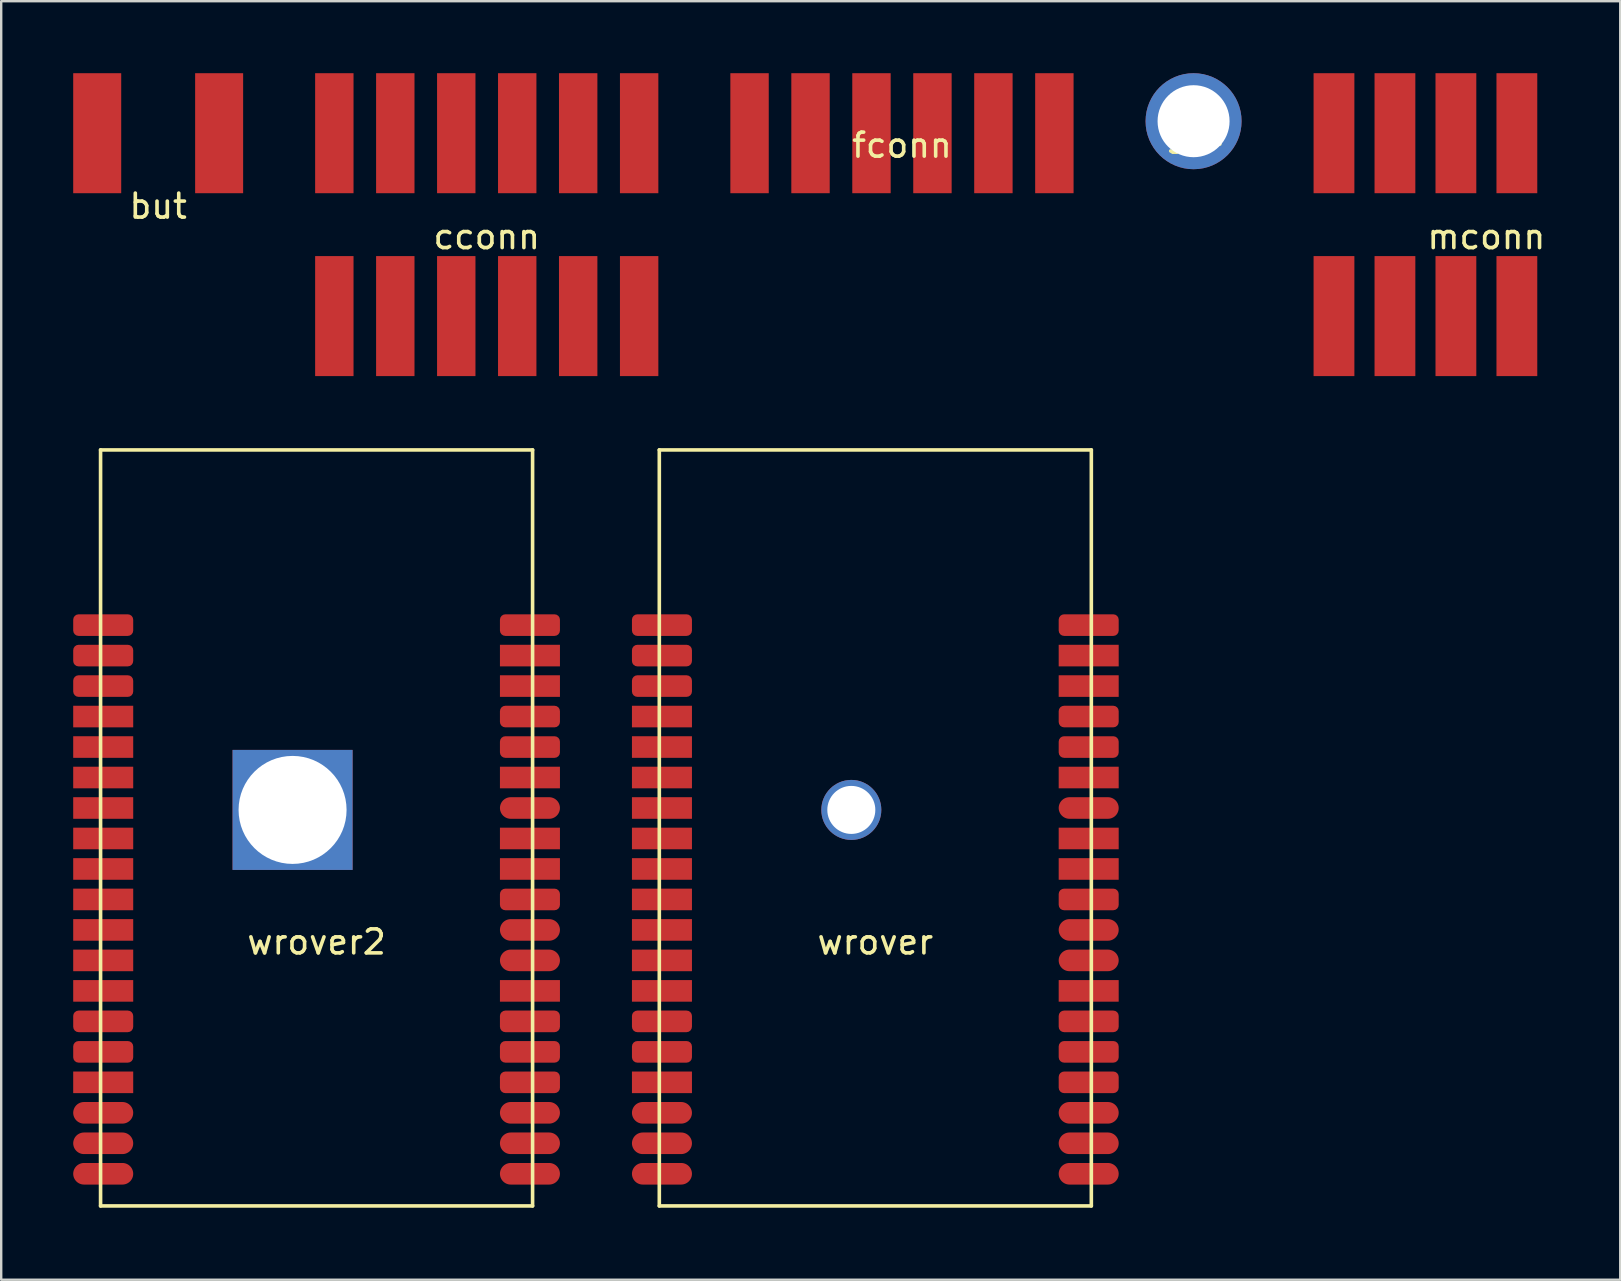
<source format=kicad_pcb>
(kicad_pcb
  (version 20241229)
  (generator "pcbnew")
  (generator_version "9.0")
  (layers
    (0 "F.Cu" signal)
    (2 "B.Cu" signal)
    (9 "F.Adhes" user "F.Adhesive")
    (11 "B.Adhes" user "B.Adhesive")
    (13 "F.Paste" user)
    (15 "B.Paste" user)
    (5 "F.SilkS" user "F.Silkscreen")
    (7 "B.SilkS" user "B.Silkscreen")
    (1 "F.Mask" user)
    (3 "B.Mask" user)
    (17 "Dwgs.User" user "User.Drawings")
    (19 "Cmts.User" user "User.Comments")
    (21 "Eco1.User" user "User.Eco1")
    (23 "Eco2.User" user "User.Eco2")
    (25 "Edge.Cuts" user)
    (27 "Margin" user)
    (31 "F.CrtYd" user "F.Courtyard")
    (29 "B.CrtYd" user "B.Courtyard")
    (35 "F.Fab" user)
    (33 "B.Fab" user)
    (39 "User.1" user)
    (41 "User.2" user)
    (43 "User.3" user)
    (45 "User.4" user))
  (footprint "cconn"
    (layer "F.Cu")
    (at 17.23 6.31)
    (property "Reference" "cconn" (at 0 0.5 0) (layer "F.SilkS") (effects (font (size 1 1) (thickness 0.15))))
    (attr through_hole)
    (pad "1" smd rect (at -6.35 -3.81) (size 1.6 5) (layers "F.Cu" "F.Mask" "F.Paste"))
    (pad "2" smd rect (at -6.35 3.81) (size 1.6 5) (layers "F.Cu" "F.Mask" "F.Paste"))
    (pad "3" smd rect (at -3.81 -3.81) (size 1.6 5) (layers "F.Cu" "F.Mask" "F.Paste"))
    (pad "4" smd rect (at -3.81 3.81) (size 1.6 5) (layers "F.Cu" "F.Mask" "F.Paste"))
    (pad "5" smd rect (at -1.27 -3.81) (size 1.6 5) (layers "F.Cu" "F.Mask" "F.Paste"))
    (pad "6" smd rect (at -1.27 3.81) (size 1.6 5) (layers "F.Cu" "F.Mask" "F.Paste"))
    (pad "7" smd rect (at 1.27 -3.81) (size 1.6 5) (layers "F.Cu" "F.Mask" "F.Paste"))
    (pad "8" smd rect (at 1.27 3.81) (size 1.6 5) (layers "F.Cu" "F.Mask" "F.Paste"))
    (pad "9" smd rect (at 3.81 -3.81) (size 1.6 5) (layers "F.Cu" "F.Mask" "F.Paste"))
    (pad "10" smd rect (at 3.81 3.81) (size 1.6 5) (layers "F.Cu" "F.Mask" "F.Paste"))
    (pad "11" smd rect (at 6.35 -3.81) (size 1.6 5) (layers "F.Cu" "F.Mask" "F.Paste"))
    (pad "12" smd rect (at 6.35 3.81) (size 1.6 5) (layers "F.Cu" "F.Mask" "F.Paste")))
  (footprint "but"
    (layer "F.Cu")
    (at 3.54 5.04)
    (property "Reference" "but" (at 0 0.5 0) (layer "F.SilkS") (effects (font (size 1 1) (thickness 0.15))))
    (attr through_hole)
    (pad "1" smd rect (at -2.54 -2.54) (size 2 5) (layers "F.Cu" "F.Mask" "F.Paste"))
    (pad "2" smd rect (at 2.54 -2.54) (size 2 5) (layers "F.Cu" "F.Mask" "F.Paste")))
  (footprint "wrover"
    (layer "F.Cu")
    (at 33.42 35.695)
    (property "Reference" "wrover" (at 0 0.5 0) (layer "F.SilkS") (effects (font (size 1 1) (thickness 0.15))))
    (attr through_hole)
    (fp_line (start -9 -20) (end 9 -20) (stroke (width 0.15) (type solid)) (layer "F.SilkS"))
    (fp_line (start -9 11.5) (end -9 -20) (stroke (width 0.15) (type solid)) (layer "F.SilkS"))
    (fp_line (start 9 -20) (end 9 11.5) (stroke (width 0.15) (type solid)) (layer "F.SilkS"))
    (fp_line (start 9 11.5) (end -9 11.5) (stroke (width 0.15) (type solid)) (layer "F.SilkS"))
    (pad "1" smd roundrect (at -8.89 -12.7) (size 2.5 0.9) (layers "F.Cu" "F.Mask" "F.Paste") (roundrect_rratio 0.25))
    (pad "2" smd roundrect (at -8.89 -11.43) (size 2.5 0.9) (layers "F.Cu" "F.Mask" "F.Paste") (roundrect_rratio 0.25))
    (pad "3" smd roundrect (at -8.89 -10.16) (size 2.5 0.9) (layers "F.Cu" "F.Mask" "F.Paste") (roundrect_rratio 0.25))
    (pad "4" smd rect (at -8.89 -8.89) (size 2.5 0.9) (layers "F.Cu" "F.Mask" "F.Paste"))
    (pad "5" smd rect (at -8.89 -7.62) (size 2.5 0.9) (layers "F.Cu" "F.Mask" "F.Paste"))
    (pad "6" smd rect (at -8.89 -6.35) (size 2.5 0.9) (layers "F.Cu" "F.Mask" "F.Paste"))
    (pad "7" smd rect (at -8.89 -5.08) (size 2.5 0.9) (layers "F.Cu" "F.Mask" "F.Paste"))
    (pad "8" smd rect (at -8.89 -3.81) (size 2.5 0.9) (layers "F.Cu" "F.Mask" "F.Paste"))
    (pad "9" smd rect (at -8.89 -2.54) (size 2.5 0.9) (layers "F.Cu" "F.Mask" "F.Paste"))
    (pad "10" smd rect (at -8.89 -1.27) (size 2.5 0.9) (layers "F.Cu" "F.Mask" "F.Paste"))
    (pad "11" smd rect (at -8.89 0) (size 2.5 0.9) (layers "F.Cu" "F.Mask" "F.Paste"))
    (pad "12" smd rect (at -8.89 1.27) (size 2.5 0.9) (layers "F.Cu" "F.Mask" "F.Paste"))
    (pad "13" smd rect (at -8.89 2.54) (size 2.5 0.9) (layers "F.Cu" "F.Mask" "F.Paste"))
    (pad "14" smd roundrect (at -8.89 3.81) (size 2.5 0.9) (layers "F.Cu" "F.Mask" "F.Paste") (roundrect_rratio 0.25))
    (pad "15" smd roundrect (at -8.89 5.08) (size 2.5 0.9) (layers "F.Cu" "F.Mask" "F.Paste") (roundrect_rratio 0.25))
    (pad "16" smd rect (at -8.89 6.35) (size 2.5 0.9) (layers "F.Cu" "F.Mask" "F.Paste"))
    (pad "17" smd oval (at -8.89 7.62) (size 2.5 0.9) (layers "F.Cu" "F.Mask" "F.Paste"))
    (pad "18" smd oval (at -8.89 8.89) (size 2.5 0.9) (layers "F.Cu" "F.Mask" "F.Paste"))
    (pad "19" smd oval (at -8.89 10.16) (size 2.5 0.9) (layers "F.Cu" "F.Mask" "F.Paste"))
    (pad "20" smd oval (at 8.89 10.16) (size 2.5 0.9) (layers "F.Cu" "F.Mask" "F.Paste"))
    (pad "21" smd oval (at 8.89 8.89) (size 2.5 0.9) (layers "F.Cu" "F.Mask" "F.Paste"))
    (pad "22" smd oval (at 8.89 7.62) (size 2.5 0.9) (layers "F.Cu" "F.Mask" "F.Paste"))
    (pad "23" smd roundrect (at 8.89 6.35) (size 2.5 0.9) (layers "F.Cu" "F.Mask" "F.Paste") (roundrect_rratio 0.25))
    (pad "24" smd roundrect (at 8.89 5.08) (size 2.5 0.9) (layers "F.Cu" "F.Mask" "F.Paste") (roundrect_rratio 0.25))
    (pad "25" smd roundrect (at 8.89 3.81) (size 2.5 0.9) (layers "F.Cu" "F.Mask" "F.Paste") (roundrect_rratio 0.25))
    (pad "26" smd rect (at 8.89 2.54) (size 2.5 0.9) (layers "F.Cu" "F.Mask" "F.Paste"))
    (pad "27" smd oval (at 8.89 1.27) (size 2.5 0.9) (layers "F.Cu" "F.Mask" "F.Paste"))
    (pad "28" smd oval (at 8.89 0) (size 2.5 0.9) (layers "F.Cu" "F.Mask" "F.Paste"))
    (pad "29" smd roundrect (at 8.89 -1.27) (size 2.5 0.9) (layers "F.Cu" "F.Mask" "F.Paste") (roundrect_rratio 0.25))
    (pad "30" smd rect (at 8.89 -2.54) (size 2.5 0.9) (layers "F.Cu" "F.Mask" "F.Paste"))
    (pad "31" smd rect (at 8.89 -3.81) (size 2.5 0.9) (layers "F.Cu" "F.Mask" "F.Paste"))
    (pad "32" smd oval (at 8.89 -5.08) (size 2.5 0.9) (layers "F.Cu" "F.Mask" "F.Paste"))
    (pad "33" smd rect (at 8.89 -6.35) (size 2.5 0.9) (layers "F.Cu" "F.Mask" "F.Paste"))
    (pad "34" smd roundrect (at 8.89 -7.62) (size 2.5 0.9) (layers "F.Cu" "F.Mask" "F.Paste") (roundrect_rratio 0.25))
    (pad "35" smd roundrect (at 8.89 -8.89) (size 2.5 0.9) (layers "F.Cu" "F.Mask" "F.Paste") (roundrect_rratio 0.25))
    (pad "36" smd rect (at 8.89 -10.16) (size 2.5 0.9) (layers "F.Cu" "F.Mask" "F.Paste"))
    (pad "37" smd rect (at 8.89 -11.43) (size 2.5 0.9) (layers "F.Cu" "F.Mask" "F.Paste"))
    (pad "38" smd roundrect (at 8.89 -12.7) (size 2.5 0.9) (layers "F.Cu" "F.Mask" "F.Paste") (roundrect_rratio 0.25))
    (pad "39" thru_hole circle (at -1 -5) (size 2.5 2.5) (drill 2) (layers "*.Cu" "*.Mask")))
  (footprint "wrover2"
    (layer "F.Cu")
    (at 10.14 35.695)
    (property "Reference" "wrover2" (at 0 0.5 0) (layer "F.SilkS") (effects (font (size 1 1) (thickness 0.15))))
    (attr through_hole)
    (fp_line (start -9 -20) (end 9 -20) (stroke (width 0.15) (type solid)) (layer "F.SilkS"))
    (fp_line (start -9 11.5) (end -9 -20) (stroke (width 0.15) (type solid)) (layer "F.SilkS"))
    (fp_line (start 9 -20) (end 9 11.5) (stroke (width 0.15) (type solid)) (layer "F.SilkS"))
    (fp_line (start 9 11.5) (end -9 11.5) (stroke (width 0.15) (type solid)) (layer "F.SilkS"))
    (pad "1" smd roundrect (at -8.89 -12.7) (size 2.5 0.9) (layers "F.Cu" "F.Mask" "F.Paste") (roundrect_rratio 0.25))
    (pad "2" smd roundrect (at -8.89 -11.43) (size 2.5 0.9) (layers "F.Cu" "F.Mask" "F.Paste") (roundrect_rratio 0.25))
    (pad "3" smd roundrect (at -8.89 -10.16) (size 2.5 0.9) (layers "F.Cu" "F.Mask" "F.Paste") (roundrect_rratio 0.25))
    (pad "4" smd rect (at -8.89 -8.89) (size 2.5 0.9) (layers "F.Cu" "F.Mask" "F.Paste"))
    (pad "5" smd rect (at -8.89 -7.62) (size 2.5 0.9) (layers "F.Cu" "F.Mask" "F.Paste"))
    (pad "6" smd rect (at -8.89 -6.35) (size 2.5 0.9) (layers "F.Cu" "F.Mask" "F.Paste"))
    (pad "7" smd rect (at -8.89 -5.08) (size 2.5 0.9) (layers "F.Cu" "F.Mask" "F.Paste"))
    (pad "8" smd rect (at -8.89 -3.81) (size 2.5 0.9) (layers "F.Cu" "F.Mask" "F.Paste"))
    (pad "9" smd rect (at -8.89 -2.54) (size 2.5 0.9) (layers "F.Cu" "F.Mask" "F.Paste"))
    (pad "10" smd rect (at -8.89 -1.27) (size 2.5 0.9) (layers "F.Cu" "F.Mask" "F.Paste"))
    (pad "11" smd rect (at -8.89 0) (size 2.5 0.9) (layers "F.Cu" "F.Mask" "F.Paste"))
    (pad "12" smd rect (at -8.89 1.27) (size 2.5 0.9) (layers "F.Cu" "F.Mask" "F.Paste"))
    (pad "13" smd rect (at -8.89 2.54) (size 2.5 0.9) (layers "F.Cu" "F.Mask" "F.Paste"))
    (pad "14" smd roundrect (at -8.89 3.81) (size 2.5 0.9) (layers "F.Cu" "F.Mask" "F.Paste") (roundrect_rratio 0.25))
    (pad "15" smd roundrect (at -8.89 5.08) (size 2.5 0.9) (layers "F.Cu" "F.Mask" "F.Paste") (roundrect_rratio 0.25))
    (pad "16" smd rect (at -8.89 6.35) (size 2.5 0.9) (layers "F.Cu" "F.Mask" "F.Paste"))
    (pad "17" smd oval (at -8.89 7.62) (size 2.5 0.9) (layers "F.Cu" "F.Mask" "F.Paste"))
    (pad "18" smd oval (at -8.89 8.89) (size 2.5 0.9) (layers "F.Cu" "F.Mask" "F.Paste"))
    (pad "19" smd oval (at -8.89 10.16) (size 2.5 0.9) (layers "F.Cu" "F.Mask" "F.Paste"))
    (pad "20" smd oval (at 8.89 10.16) (size 2.5 0.9) (layers "F.Cu" "F.Mask" "F.Paste"))
    (pad "21" smd oval (at 8.89 8.89) (size 2.5 0.9) (layers "F.Cu" "F.Mask" "F.Paste"))
    (pad "22" smd oval (at 8.89 7.62) (size 2.5 0.9) (layers "F.Cu" "F.Mask" "F.Paste"))
    (pad "23" smd roundrect (at 8.89 6.35) (size 2.5 0.9) (layers "F.Cu" "F.Mask" "F.Paste") (roundrect_rratio 0.25))
    (pad "24" smd roundrect (at 8.89 5.08) (size 2.5 0.9) (layers "F.Cu" "F.Mask" "F.Paste") (roundrect_rratio 0.25))
    (pad "25" smd roundrect (at 8.89 3.81) (size 2.5 0.9) (layers "F.Cu" "F.Mask" "F.Paste") (roundrect_rratio 0.25))
    (pad "26" smd rect (at 8.89 2.54) (size 2.5 0.9) (layers "F.Cu" "F.Mask" "F.Paste"))
    (pad "27" smd oval (at 8.89 1.27) (size 2.5 0.9) (layers "F.Cu" "F.Mask" "F.Paste"))
    (pad "28" smd oval (at 8.89 0) (size 2.5 0.9) (layers "F.Cu" "F.Mask" "F.Paste"))
    (pad "29" smd roundrect (at 8.89 -1.27) (size 2.5 0.9) (layers "F.Cu" "F.Mask" "F.Paste") (roundrect_rratio 0.25))
    (pad "30" smd rect (at 8.89 -2.54) (size 2.5 0.9) (layers "F.Cu" "F.Mask" "F.Paste"))
    (pad "31" smd rect (at 8.89 -3.81) (size 2.5 0.9) (layers "F.Cu" "F.Mask" "F.Paste"))
    (pad "32" smd oval (at 8.89 -5.08) (size 2.5 0.9) (layers "F.Cu" "F.Mask" "F.Paste"))
    (pad "33" smd rect (at 8.89 -6.35) (size 2.5 0.9) (layers "F.Cu" "F.Mask" "F.Paste"))
    (pad "34" smd roundrect (at 8.89 -7.62) (size 2.5 0.9) (layers "F.Cu" "F.Mask" "F.Paste") (roundrect_rratio 0.25))
    (pad "35" smd roundrect (at 8.89 -8.89) (size 2.5 0.9) (layers "F.Cu" "F.Mask" "F.Paste") (roundrect_rratio 0.25))
    (pad "36" smd rect (at 8.89 -10.16) (size 2.5 0.9) (layers "F.Cu" "F.Mask" "F.Paste"))
    (pad "37" smd rect (at 8.89 -11.43) (size 2.5 0.9) (layers "F.Cu" "F.Mask" "F.Paste"))
    (pad "38" smd roundrect (at 8.89 -12.7) (size 2.5 0.9) (layers "F.Cu" "F.Mask" "F.Paste") (roundrect_rratio 0.25))
    (pad "39" thru_hole rect (at -1 -5) (size 5 5) (drill 4.5) (layers "*.Cu" "*.Mask")))
  (footprint "mconn"
    (layer "F.Cu")
    (at 58.88 6.31)
    (property "Reference" "mconn" (at 0 0.5 0) (layer "F.SilkS") (effects (font (size 1 1) (thickness 0.15))))
    (attr through_hole)
    (pad "1" smd rect (at -6.35 3.81) (size 1.7 5) (layers "F.Cu" "F.Mask" "F.Paste"))
    (pad "2" smd rect (at -6.35 -3.81) (size 1.7 5) (layers "F.Cu" "F.Mask" "F.Paste"))
    (pad "3" smd rect (at -3.81 3.81) (size 1.7 5) (layers "F.Cu" "F.Mask" "F.Paste"))
    (pad "4" smd rect (at -3.81 -3.81) (size 1.7 5) (layers "F.Cu" "F.Mask" "F.Paste"))
    (pad "5" smd rect (at -1.27 3.81) (size 1.7 5) (layers "F.Cu" "F.Mask" "F.Paste"))
    (pad "6" smd rect (at -1.27 -3.81) (size 1.7 5) (layers "F.Cu" "F.Mask" "F.Paste"))
    (pad "7" smd rect (at 1.27 3.81) (size 1.7 5) (layers "F.Cu" "F.Mask" "F.Paste"))
    (pad "8" smd rect (at 1.27 -3.81) (size 1.7 5) (layers "F.Cu" "F.Mask" "F.Paste")))
  (footprint "fconn"
    (layer "F.Cu")
    (at 34.53 2.5)
    (property "Reference" "fconn" (at 0 0.5 0) (layer "F.SilkS") (effects (font (size 1 1) (thickness 0.15))))
    (attr through_hole)
    (pad "1" smd rect (at -6.35 0) (size 1.6 5) (layers "F.Cu" "F.Mask" "F.Paste"))
    (pad "2" smd rect (at -3.81 0) (size 1.6 5) (layers "F.Cu" "F.Mask" "F.Paste"))
    (pad "3" smd rect (at -1.27 0) (size 1.6 5) (layers "F.Cu" "F.Mask" "F.Paste"))
    (pad "4" smd rect (at 1.27 0) (size 1.6 5) (layers "F.Cu" "F.Mask" "F.Paste"))
    (pad "5" smd rect (at 3.81 0) (size 1.6 5) (layers "F.Cu" "F.Mask" "F.Paste"))
    (pad "6" smd rect (at 6.35 0) (size 1.6 5) (layers "F.Cu" "F.Mask" "F.Paste")))
  (footprint "gat"
    (layer "F.Cu")
    (at 46.68 2)
    (property "Reference" "gat" (at 0 0.5 0) (layer "F.SilkS") (effects (font (size 1 1) (thickness 0.15))))
    (attr through_hole)
    (pad "1" thru_hole circle (at 0 0) (size 4 4) (drill 3) (layers "*.Cu" "*.Mask")))
  (gr_rect
    (start -3 -3)
    (end 64.457 50.27)
    (stroke (width 0.1) (type default))
    (fill no)
    (layer "Edge.Cuts")))
</source>
